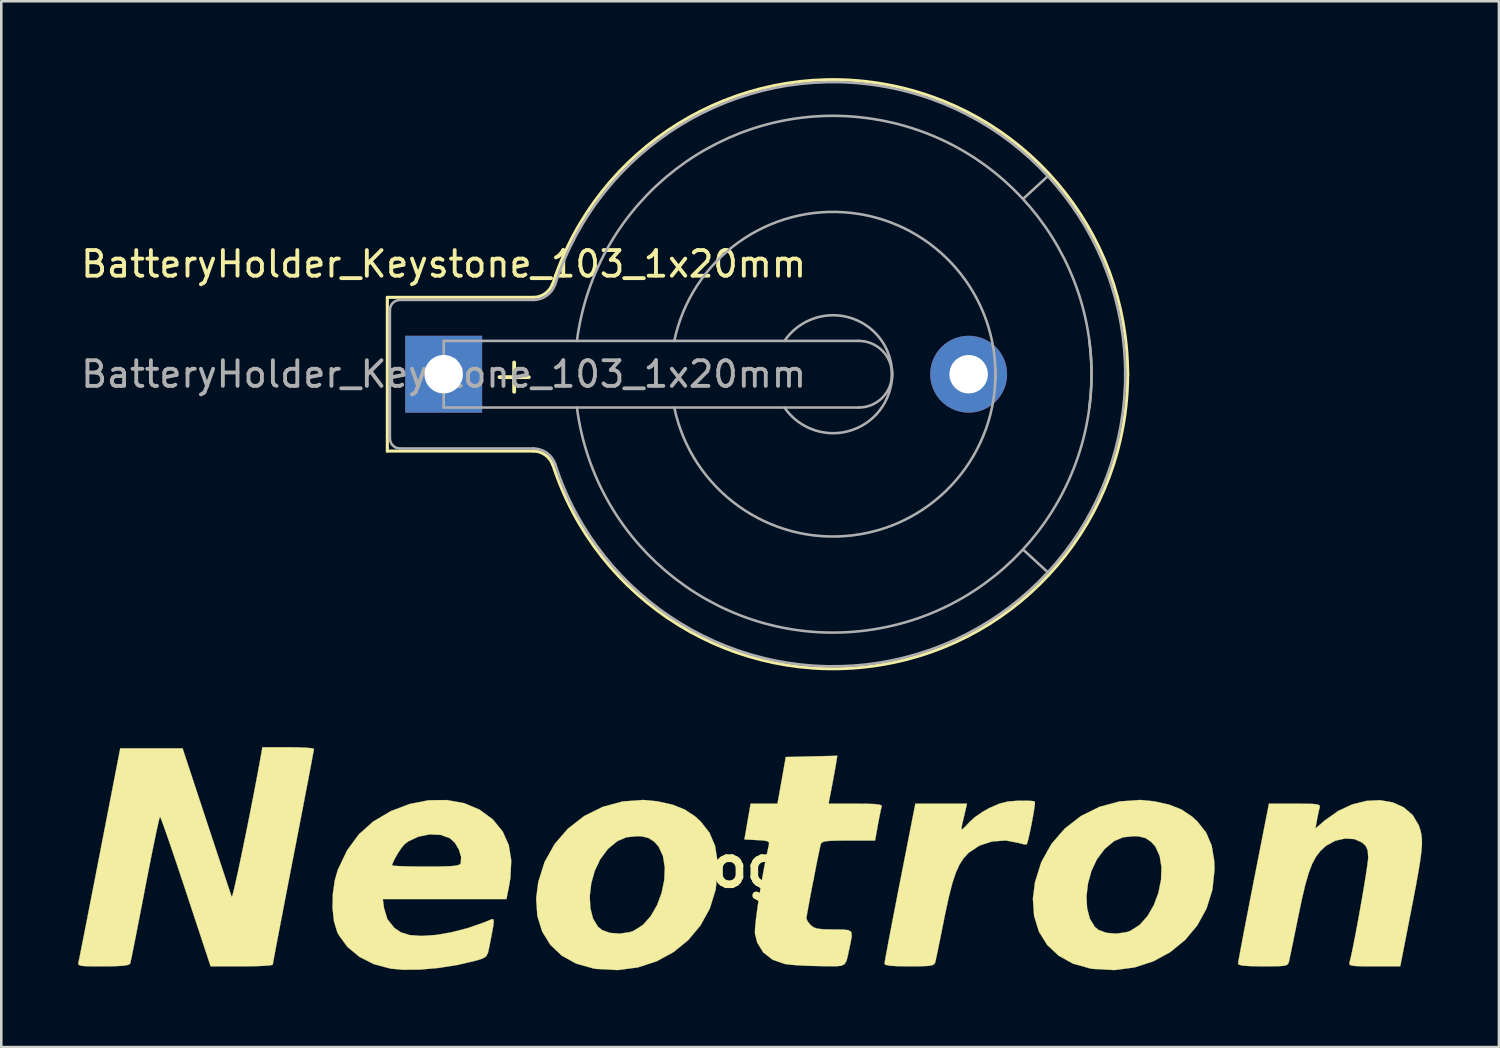
<source format=kicad_pcb>
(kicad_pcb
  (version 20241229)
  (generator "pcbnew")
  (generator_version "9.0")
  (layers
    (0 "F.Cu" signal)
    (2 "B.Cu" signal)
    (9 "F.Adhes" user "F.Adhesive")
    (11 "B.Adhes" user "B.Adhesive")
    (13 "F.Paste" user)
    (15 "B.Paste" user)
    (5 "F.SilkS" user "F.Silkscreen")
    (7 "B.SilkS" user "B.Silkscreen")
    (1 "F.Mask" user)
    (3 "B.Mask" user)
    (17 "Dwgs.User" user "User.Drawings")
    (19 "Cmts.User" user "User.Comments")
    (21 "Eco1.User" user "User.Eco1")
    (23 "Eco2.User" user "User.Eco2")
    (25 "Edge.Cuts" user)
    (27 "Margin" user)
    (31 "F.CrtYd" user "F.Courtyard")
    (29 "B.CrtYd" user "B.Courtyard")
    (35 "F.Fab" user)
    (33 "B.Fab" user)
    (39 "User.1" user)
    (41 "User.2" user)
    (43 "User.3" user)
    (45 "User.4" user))
  (footprint "BatteryHolder_Keystone_103_1x20mm"
    (layer "F.Cu")
    (at 14.268 11.556)
    (property "Reference" "BatteryHolder_Keystone_103_1x20mm" (at 0 -4.3 0) (layer "F.SilkS") (effects (font (size 1 1) (thickness 0.15))))
    (attr through_hole)
    (fp_line (start -2.2 -3) (end 3.5 -3) (stroke (width 0.12) (type solid)) (layer "F.SilkS"))
    (fp_line (start -2.2 3) (end -2.2 -3) (stroke (width 0.12) (type solid)) (layer "F.SilkS"))
    (fp_line (start -2.2 3) (end 3.5 3) (stroke (width 0.12) (type solid)) (layer "F.SilkS"))
    (fp_arc (start 3.5 3) (mid 3.958861 3.144678) (end 4.251754 3.526384) (stroke (width 0.12) (type solid)) (layer "F.SilkS"))
    (fp_arc (start 4.25 -3.5) (mid 16.993514 -11.35499) (end 26.695671 0.045281) (stroke (width 0.12) (type solid)) (layer "F.SilkS"))
    (fp_arc (start 4.251754 -3.526384) (mid 3.958861 -3.144678) (end 3.5 -3) (stroke (width 0.12) (type solid)) (layer "F.SilkS"))
    (fp_arc (start 26.695671 -0.045281) (mid 16.993514 11.35499) (end 4.25 3.5) (stroke (width 0.12) (type solid)) (layer "F.SilkS"))
    (fp_line (start -2.1 -2.5) (end -2.1 2.5) (stroke (width 0.1) (type solid)) (layer "F.Fab"))
    (fp_line (start -1.7 2.9) (end 3.531 2.9) (stroke (width 0.1) (type solid)) (layer "F.Fab"))
    (fp_line (start 0 -1.3) (end 0 1.3) (stroke (width 0.1) (type solid)) (layer "F.Fab"))
    (fp_line (start 0 1.3) (end 16.2 1.3) (stroke (width 0.1) (type solid)) (layer "F.Fab"))
    (fp_line (start 3.531 -2.9) (end -1.7 -2.9) (stroke (width 0.1) (type solid)) (layer "F.Fab"))
    (fp_line (start 16.2 -1.3) (end 0 -1.3) (stroke (width 0.1) (type solid)) (layer "F.Fab"))
    (fp_line (start 23.571 -7.722) (end 22.631 -6.858) (stroke (width 0.1) (type solid)) (layer "F.Fab"))
    (fp_line (start 23.571 7.722) (end 22.657 6.883) (stroke (width 0.1) (type solid)) (layer "F.Fab"))
    (fp_arc (start -2.1 -2.5) (mid -1.982843 -2.782843) (end -1.7 -2.9) (stroke (width 0.1) (type solid)) (layer "F.Fab"))
    (fp_arc (start -1.7 2.9) (mid -1.982843 2.782843) (end -2.1 2.5) (stroke (width 0.1) (type solid)) (layer "F.Fab"))
    (fp_arc (start 3.5 2.9) (mid 4.016219 3.062763) (end 4.345723 3.492182) (stroke (width 0.1) (type solid)) (layer "F.Fab"))
    (fp_arc (start 4.345723 -3.492182) (mid 4.016219 -3.062763) (end 3.5 -2.9) (stroke (width 0.1) (type solid)) (layer "F.Fab"))
    (fp_arc (start 4.35 -3.5) (mid 17.008726 -11.256154) (end 26.600299 0.075351) (stroke (width 0.1) (type solid)) (layer "F.Fab"))
    (fp_arc (start 5.2 -1.3) (mid 16.5 -10) (end 25.2 1.3) (stroke (width 0.1) (type solid)) (layer "F.Fab"))
    (fp_arc (start 9 -1.3) (mid 15.954687 -6.28971) (end 21.531551 0.203631) (stroke (width 0.1) (type solid)) (layer "F.Fab"))
    (fp_arc (start 13.3 -1.3) (mid 15.963947 -2.171724) (end 17.495448 0.175833) (stroke (width 0.1) (type solid)) (layer "F.Fab"))
    (fp_arc (start 16.2 -1.3) (mid 17.5 0) (end 16.2 1.3) (stroke (width 0.1) (type solid)) (layer "F.Fab"))
    (fp_arc (start 17.495448 -0.175833) (mid 15.963947 2.171724) (end 13.3 1.3) (stroke (width 0.1) (type solid)) (layer "F.Fab"))
    (fp_arc (start 21.531551 -0.203631) (mid 15.954687 6.28971) (end 9 1.3) (stroke (width 0.1) (type solid)) (layer "F.Fab"))
    (fp_arc (start 25.2 -1.3) (mid 16.5 10) (end 5.2 1.3) (stroke (width 0.1) (type solid)) (layer "F.Fab"))
    (fp_arc (start 26.600299 -0.075351) (mid 17.008726 11.256154) (end 4.35 3.5) (stroke (width 0.1) (type solid)) (layer "F.Fab"))
    (fp_text user "+" (at 2.75 0 0) (layer "F.SilkS") (effects (font (size 1.5 1.5) (thickness 0.15))))
    (fp_text user "${REFERENCE}" (at 0 0 0) (layer "F.Fab") (effects (font (size 1 1) (thickness 0.15))))
    (pad "1" thru_hole rect (at 0 0) (size 3 3) (drill 1.5) (layers "*.Cu" "*.Mask"))
    (pad "2" thru_hole circle (at 20.49 0) (size 3 3) (drill 1.5) (layers "*.Cu" "*.Mask")))
  (footprint "logo"
    (layer "F.Cu")
    (at 26.392 30.773)
    (property "Reference" "logo" (at 0 0 0) (layer "F.SilkS") (effects (font (size 1.524 1.524) (thickness 0.3))))
    (attr through_hole)
    (fp_poly (pts (xy -3.786 -2.548) (xy -3.193 -2.416) (xy -2.718 -2.228) (xy -2.314 -1.96) (xy -2.09 -1.756) (xy -1.751 -1.323) (xy -1.535 -0.817) (xy -1.436 -0.213) (xy -1.426 0.11) (xy -1.509 0.905) (xy -1.738 1.638) (xy -2.098 2.295) (xy -2.574 2.866) (xy -3.152 3.338) (xy -3.815 3.699) (xy -4.548 3.937) (xy -5.337 4.04) (xy -6.166 3.995) (xy -6.276 3.978) (xy -6.95 3.79) (xy -7.514 3.478) (xy -7.96 3.056) (xy -8.281 2.536) (xy -8.469 1.93) (xy -8.515 1.25) (xy -8.503 1.154) (xy -6.423 1.154) (xy -6.4 1.621) (xy -6.295 2.029) (xy -6.105 2.344) (xy -5.948 2.475) (xy -5.639 2.588) (xy -5.254 2.617) (xy -4.865 2.561) (xy -4.712 2.509) (xy -4.35 2.279) (xy -4.042 1.933) (xy -3.795 1.504) (xy -3.617 1.022) (xy -3.514 0.521) (xy -3.495 0.031) (xy -3.567 -0.414) (xy -3.738 -0.784) (xy -3.903 -0.967) (xy -4.129 -1.115) (xy -4.389 -1.178) (xy -4.583 -1.185) (xy -4.995 -1.142) (xy -5.341 -0.996) (xy -5.677 -0.72) (xy -5.732 -0.663) (xy -6.017 -0.282) (xy -6.229 0.17) (xy -6.365 0.659) (xy -6.423 1.154) (xy -8.503 1.154) (xy -8.435 0.613) (xy -8.187 -0.178) (xy -7.792 -0.883) (xy -7.274 -1.481) (xy -6.639 -1.974) (xy -5.919 -2.33) (xy -5.144 -2.541) (xy -4.339 -2.6) (xy -3.786 -2.548)) (stroke (width 0.01) (type solid)) (fill yes) (layer "F.SilkS"))
    (fp_poly (pts (xy 15.603 -2.548) (xy 16.196 -2.416) (xy 16.671 -2.228) (xy 17.074 -1.96) (xy 17.298 -1.756) (xy 17.638 -1.323) (xy 17.853 -0.817) (xy 17.953 -0.213) (xy 17.963 0.11) (xy 17.88 0.905) (xy 17.651 1.638) (xy 17.291 2.295) (xy 16.814 2.866) (xy 16.237 3.338) (xy 15.574 3.699) (xy 14.84 3.937) (xy 14.052 4.04) (xy 13.222 3.995) (xy 13.112 3.978) (xy 12.439 3.79) (xy 11.875 3.478) (xy 11.428 3.056) (xy 11.107 2.536) (xy 10.92 1.93) (xy 10.873 1.25) (xy 10.886 1.154) (xy 12.966 1.154) (xy 12.989 1.621) (xy 13.094 2.029) (xy 13.284 2.344) (xy 13.44 2.475) (xy 13.749 2.588) (xy 14.135 2.617) (xy 14.524 2.561) (xy 14.676 2.509) (xy 15.038 2.279) (xy 15.346 1.933) (xy 15.593 1.504) (xy 15.772 1.022) (xy 15.874 0.521) (xy 15.893 0.031) (xy 15.821 -0.414) (xy 15.651 -0.784) (xy 15.486 -0.967) (xy 15.26 -1.115) (xy 15 -1.178) (xy 14.806 -1.185) (xy 14.394 -1.142) (xy 14.048 -0.996) (xy 13.712 -0.72) (xy 13.657 -0.663) (xy 13.371 -0.282) (xy 13.159 0.17) (xy 13.024 0.659) (xy 12.966 1.154) (xy 10.886 1.154) (xy 10.954 0.613) (xy 11.202 -0.178) (xy 11.597 -0.883) (xy 12.114 -1.481) (xy 12.75 -1.974) (xy 13.469 -2.33) (xy 14.245 -2.541) (xy 15.05 -2.6) (xy 15.603 -2.548)) (stroke (width 0.01) (type solid)) (fill yes) (layer "F.SilkS"))
    (fp_poly (pts (xy 10.842 -2.56) (xy 10.949 -2.541) (xy 10.95 -2.54) (xy 10.951 -2.447) (xy 10.923 -2.233) (xy 10.874 -1.942) (xy 10.813 -1.618) (xy 10.749 -1.305) (xy 10.689 -1.048) (xy 10.643 -0.89) (xy 10.629 -0.864) (xy 10.533 -0.864) (xy 10.346 -0.913) (xy 10.321 -0.922) (xy 9.812 -1.018) (xy 9.284 -0.98) (xy 8.785 -0.817) (xy 8.368 -0.538) (xy 8.353 -0.525) (xy 8.166 -0.319) (xy 8.006 -0.071) (xy 7.864 0.243) (xy 7.73 0.648) (xy 7.597 1.166) (xy 7.454 1.822) (xy 7.412 2.032) (xy 7.312 2.534) (xy 7.22 2.986) (xy 7.144 3.358) (xy 7.088 3.621) (xy 7.059 3.747) (xy 7.022 3.811) (xy 6.935 3.854) (xy 6.769 3.879) (xy 6.494 3.891) (xy 6.082 3.895) (xy 6.048 3.895) (xy 5.588 3.888) (xy 5.282 3.869) (xy 5.119 3.834) (xy 5.08 3.795) (xy 5.096 3.691) (xy 5.141 3.441) (xy 5.211 3.063) (xy 5.304 2.576) (xy 5.414 1.999) (xy 5.54 1.351) (xy 5.676 0.651) (xy 5.683 0.62) (xy 6.285 -2.455) (xy 8.301 -2.455) (xy 8.248 -2.223) (xy 8.188 -1.965) (xy 8.127 -1.714) (xy 8.09 -1.53) (xy 8.092 -1.441) (xy 8.095 -1.439) (xy 8.168 -1.497) (xy 8.311 -1.644) (xy 8.392 -1.734) (xy 8.607 -1.927) (xy 8.908 -2.136) (xy 9.189 -2.293) (xy 9.561 -2.455) (xy 9.895 -2.539) (xy 10.288 -2.57) (xy 10.317 -2.57) (xy 10.616 -2.571) (xy 10.842 -2.56)) (stroke (width 0.01) (type solid)) (fill yes) (layer "F.SilkS"))
    (fp_poly (pts (xy 3.187 -4.003) (xy 3.144 -3.755) (xy 3.082 -3.415) (xy 3.017 -3.069) (xy 2.898 -2.455) (xy 3.956 -2.455) (xy 4.414 -2.451) (xy 4.723 -2.438) (xy 4.902 -2.413) (xy 4.973 -2.375) (xy 4.973 -2.349) (xy 4.939 -2.218) (xy 4.888 -1.971) (xy 4.829 -1.659) (xy 4.824 -1.63) (xy 4.714 -1.016) (xy 3.675 -1.016) (xy 3.235 -1.013) (xy 2.936 -1.003) (xy 2.749 -0.982) (xy 2.646 -0.945) (xy 2.599 -0.888) (xy 2.592 -0.868) (xy 2.56 -0.729) (xy 2.504 -0.465) (xy 2.432 -0.111) (xy 2.351 0.3) (xy 2.267 0.733) (xy 2.187 1.153) (xy 2.117 1.527) (xy 2.064 1.82) (xy 2.036 1.996) (xy 2.032 2.03) (xy 2.087 2.148) (xy 2.201 2.286) (xy 2.313 2.371) (xy 2.465 2.423) (xy 2.7 2.448) (xy 3.058 2.455) (xy 3.09 2.455) (xy 3.457 2.458) (xy 3.68 2.483) (xy 3.787 2.561) (xy 3.803 2.717) (xy 3.756 2.982) (xy 3.723 3.133) (xy 3.655 3.456) (xy 3.601 3.673) (xy 3.526 3.804) (xy 3.4 3.871) (xy 3.191 3.892) (xy 2.866 3.89) (xy 2.56 3.885) (xy 2.123 3.875) (xy 1.709 3.855) (xy 1.369 3.827) (xy 1.185 3.802) (xy 0.713 3.636) (xy 0.35 3.353) (xy 0.113 2.969) (xy 0.024 2.611) (xy 0.027 2.422) (xy 0.059 2.101) (xy 0.113 1.68) (xy 0.185 1.193) (xy 0.27 0.674) (xy 0.362 0.155) (xy 0.455 -0.329) (xy 0.546 -0.747) (xy 0.564 -0.821) (xy 0.576 -0.926) (xy 0.524 -0.985) (xy 0.372 -1.016) (xy 0.111 -1.033) (xy -0.387 -1.058) (xy -0.145 -2.455) (xy 0.904 -2.455) (xy 1.066 -3.365) (xy 1.228 -4.276) (xy 2.234 -4.3) (xy 3.24 -4.324) (xy 3.187 -4.003)) (stroke (width 0.01) (type solid)) (fill yes) (layer "F.SilkS"))
    (fp_poly (pts (xy -11.331 -2.475) (xy -10.727 -2.224) (xy -10.214 -1.847) (xy -10.197 -1.83) (xy -9.821 -1.368) (xy -9.585 -0.843) (xy -9.487 -0.242) (xy -9.521 0.45) (xy -9.579 0.79) (xy -9.675 1.27) (xy -14.5 1.27) (xy -14.453 1.623) (xy -14.32 2.058) (xy -14.049 2.396) (xy -13.795 2.567) (xy -13.447 2.675) (xy -12.981 2.707) (xy -12.424 2.669) (xy -11.809 2.563) (xy -11.164 2.395) (xy -10.519 2.169) (xy -10.296 2.075) (xy -10.226 2.049) (xy -10.184 2.062) (xy -10.17 2.136) (xy -10.186 2.298) (xy -10.234 2.571) (xy -10.313 2.98) (xy -10.338 3.107) (xy -10.394 3.362) (xy -10.468 3.507) (xy -10.608 3.592) (xy -10.862 3.67) (xy -10.864 3.671) (xy -11.57 3.837) (xy -12.312 3.956) (xy -13.04 4.021) (xy -13.705 4.028) (xy -14.194 3.984) (xy -14.844 3.812) (xy -15.417 3.522) (xy -15.887 3.131) (xy -16.23 2.656) (xy -16.286 2.541) (xy -16.408 2.128) (xy -16.463 1.617) (xy -16.451 1.064) (xy -16.373 0.527) (xy -16.257 0.127) (xy -16.175 -0.046) (xy -14.139 -0.046) (xy -14.059 -0.03) (xy -13.839 -0.017) (xy -13.507 -0.007) (xy -13.091 -0.001) (xy -12.824 0) (xy -12.315 -0.002) (xy -11.951 -0.011) (xy -11.708 -0.027) (xy -11.559 -0.055) (xy -11.483 -0.096) (xy -11.458 -0.133) (xy -11.443 -0.373) (xy -11.529 -0.658) (xy -11.687 -0.926) (xy -11.879 -1.104) (xy -12.243 -1.237) (xy -12.672 -1.255) (xy -13.111 -1.168) (xy -13.506 -0.982) (xy -13.658 -0.865) (xy -13.777 -0.722) (xy -13.919 -0.506) (xy -14.047 -0.279) (xy -14.128 -0.099) (xy -14.139 -0.046) (xy -16.175 -0.046) (xy -15.897 -0.628) (xy -15.441 -1.252) (xy -14.874 -1.759) (xy -14.182 -2.167) (xy -14.182 -2.167) (xy -13.45 -2.444) (xy -12.716 -2.587) (xy -12.001 -2.596) (xy -11.331 -2.475)) (stroke (width 0.01) (type solid)) (fill yes) (layer "F.SilkS"))
    (fp_poly (pts (xy 24.917 -2.505) (xy 25.348 -2.312) (xy 25.695 -2.013) (xy 25.936 -1.609) (xy 25.994 -1.436) (xy 26.033 -1.266) (xy 26.055 -1.085) (xy 26.058 -0.872) (xy 26.039 -0.608) (xy 25.997 -0.272) (xy 25.929 0.156) (xy 25.832 0.697) (xy 25.704 1.371) (xy 25.608 1.865) (xy 25.211 3.895) (xy 24.199 3.895) (xy 23.771 3.893) (xy 23.486 3.884) (xy 23.318 3.865) (xy 23.239 3.831) (xy 23.224 3.778) (xy 23.231 3.747) (xy 23.284 3.533) (xy 23.356 3.194) (xy 23.442 2.76) (xy 23.536 2.262) (xy 23.632 1.732) (xy 23.726 1.2) (xy 23.81 0.699) (xy 23.881 0.258) (xy 23.932 -0.09) (xy 23.959 -0.315) (xy 23.961 -0.361) (xy 23.941 -0.629) (xy 23.863 -0.804) (xy 23.728 -0.934) (xy 23.427 -1.071) (xy 23.059 -1.094) (xy 22.673 -1.007) (xy 22.323 -0.816) (xy 22.299 -0.797) (xy 22.096 -0.609) (xy 21.925 -0.387) (xy 21.775 -0.108) (xy 21.638 0.251) (xy 21.505 0.713) (xy 21.366 1.302) (xy 21.245 1.881) (xy 21.14 2.396) (xy 21.044 2.865) (xy 20.963 3.258) (xy 20.903 3.545) (xy 20.871 3.698) (xy 20.869 3.704) (xy 20.842 3.786) (xy 20.786 3.84) (xy 20.672 3.873) (xy 20.468 3.889) (xy 20.145 3.894) (xy 19.853 3.895) (xy 19.391 3.888) (xy 19.085 3.869) (xy 18.92 3.834) (xy 18.881 3.795) (xy 18.896 3.691) (xy 18.941 3.441) (xy 19.012 3.063) (xy 19.104 2.576) (xy 19.215 1.999) (xy 19.341 1.351) (xy 19.477 0.651) (xy 19.483 0.62) (xy 20.086 -2.455) (xy 21.098 -2.455) (xy 21.525 -2.453) (xy 21.81 -2.445) (xy 21.979 -2.425) (xy 22.058 -2.391) (xy 22.073 -2.338) (xy 22.066 -2.307) (xy 22.023 -2.129) (xy 21.972 -1.877) (xy 21.963 -1.824) (xy 21.903 -1.489) (xy 22.269 -1.802) (xy 22.791 -2.173) (xy 23.339 -2.426) (xy 23.89 -2.564) (xy 24.423 -2.59) (xy 24.917 -2.505)) (stroke (width 0.01) (type solid)) (fill yes) (layer "F.SilkS"))
    (fp_poly (pts (xy -17.804 -4.652) (xy -17.484 -4.638) (xy -17.268 -4.618) (xy -17.187 -4.593) (xy -17.187 -4.593) (xy -17.203 -4.5) (xy -17.248 -4.257) (xy -17.319 -3.879) (xy -17.413 -3.384) (xy -17.528 -2.786) (xy -17.659 -2.103) (xy -17.804 -1.35) (xy -17.96 -0.544) (xy -17.992 -0.382) (xy -18.15 0.433) (xy -18.297 1.197) (xy -18.431 1.896) (xy -18.549 2.511) (xy -18.648 3.028) (xy -18.724 3.429) (xy -18.774 3.7) (xy -18.795 3.824) (xy -18.796 3.83) (xy -18.876 3.853) (xy -19.095 3.872) (xy -19.423 3.887) (xy -19.831 3.894) (xy -20.008 3.895) (xy -21.221 3.895) (xy -22.185 0.974) (xy -22.407 0.306) (xy -22.613 -0.308) (xy -22.798 -0.851) (xy -22.955 -1.304) (xy -23.078 -1.649) (xy -23.16 -1.87) (xy -23.197 -1.947) (xy -23.223 -1.867) (xy -23.277 -1.64) (xy -23.354 -1.285) (xy -23.45 -0.82) (xy -23.562 -0.266) (xy -23.685 0.359) (xy -23.783 0.868) (xy -23.912 1.539) (xy -24.033 2.159) (xy -24.14 2.708) (xy -24.231 3.166) (xy -24.301 3.512) (xy -24.347 3.727) (xy -24.362 3.789) (xy -24.437 3.838) (xy -24.631 3.871) (xy -24.959 3.889) (xy -25.411 3.895) (xy -25.837 3.894) (xy -26.12 3.887) (xy -26.288 3.87) (xy -26.368 3.836) (xy -26.387 3.781) (xy -26.372 3.704) (xy -26.347 3.585) (xy -26.293 3.316) (xy -26.214 2.916) (xy -26.112 2.399) (xy -25.992 1.784) (xy -25.856 1.088) (xy -25.707 0.326) (xy -25.55 -0.483) (xy -25.537 -0.55) (xy -24.749 -4.614) (xy -22.315 -4.614) (xy -21.38 -1.778) (xy -21.161 -1.114) (xy -20.957 -0.498) (xy -20.775 0.05) (xy -20.622 0.513) (xy -20.503 0.869) (xy -20.426 1.1) (xy -20.397 1.185) (xy -20.372 1.131) (xy -20.319 0.93) (xy -20.244 0.605) (xy -20.149 0.175) (xy -20.04 -0.34) (xy -19.92 -0.919) (xy -19.793 -1.541) (xy -19.665 -2.186) (xy -19.538 -2.834) (xy -19.418 -3.464) (xy -19.308 -4.055) (xy -19.257 -4.339) (xy -19.2 -4.657) (xy -18.194 -4.657) (xy -17.804 -4.652)) (stroke (width 0.01) (type solid)) (fill yes) (layer "F.SilkS")))
  (gr_rect
    (start -3 -3)
    (end 55.455 37.818)
    (stroke (width 0.1) (type default))
    (fill no)
    (layer "Edge.Cuts")))
</source>
